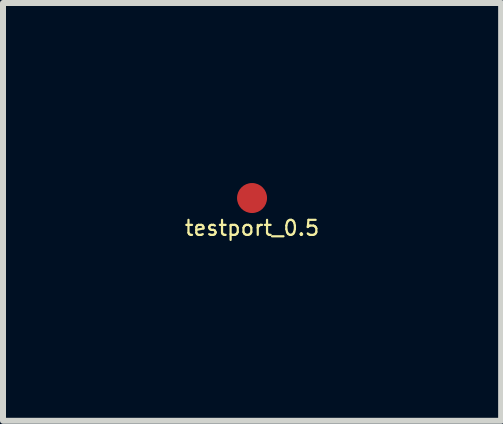
<source format=kicad_pcb>
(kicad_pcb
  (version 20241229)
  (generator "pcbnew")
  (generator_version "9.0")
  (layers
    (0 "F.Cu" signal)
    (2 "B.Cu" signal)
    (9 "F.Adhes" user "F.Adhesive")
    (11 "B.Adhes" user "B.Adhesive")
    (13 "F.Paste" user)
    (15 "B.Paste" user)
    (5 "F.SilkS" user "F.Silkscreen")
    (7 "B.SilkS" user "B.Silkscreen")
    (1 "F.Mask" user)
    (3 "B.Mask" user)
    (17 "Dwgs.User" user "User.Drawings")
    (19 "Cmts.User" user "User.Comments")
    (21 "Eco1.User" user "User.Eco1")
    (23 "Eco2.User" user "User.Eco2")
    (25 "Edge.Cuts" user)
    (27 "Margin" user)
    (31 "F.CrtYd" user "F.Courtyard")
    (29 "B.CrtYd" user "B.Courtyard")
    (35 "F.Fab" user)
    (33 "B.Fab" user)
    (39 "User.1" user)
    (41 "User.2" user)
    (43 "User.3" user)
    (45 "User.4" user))
  (footprint "testport_0.5"
    (layer "F.Cu")
    (at 1.15 0.25)
    (property "Reference" "testport_0.5" (at 0 0.5 0) (layer "F.SilkS") (effects (font (size 0.25 0.25) (thickness 0.037))))
    (attr through_hole)
    (pad "1" smd circle (at 0 0) (size 0.5 0.5) (layers "F.Cu" "F.Mask")))
  (gr_rect
    (start -3 -3)
    (end 5.301 3.962)
    (stroke (width 0.1) (type default))
    (fill no)
    (layer "Edge.Cuts")))
</source>
